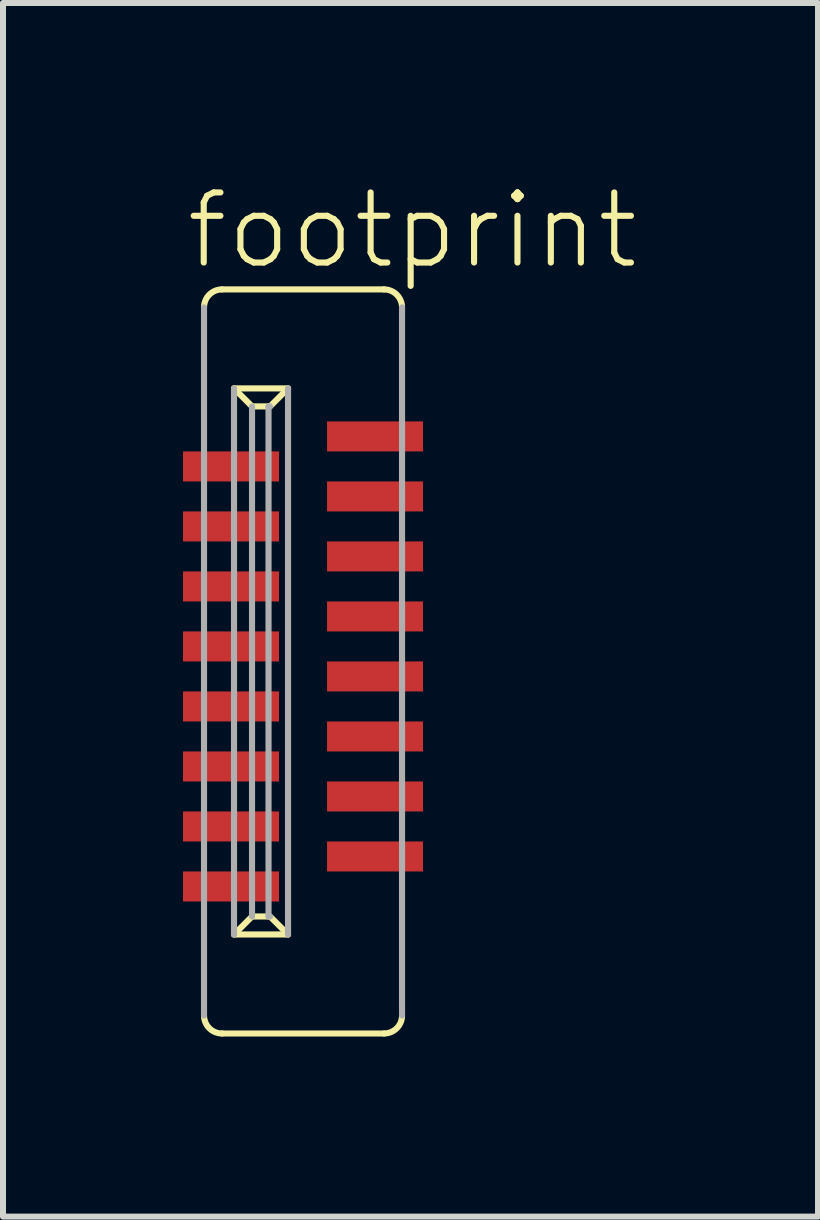
<source format=kicad_pcb>
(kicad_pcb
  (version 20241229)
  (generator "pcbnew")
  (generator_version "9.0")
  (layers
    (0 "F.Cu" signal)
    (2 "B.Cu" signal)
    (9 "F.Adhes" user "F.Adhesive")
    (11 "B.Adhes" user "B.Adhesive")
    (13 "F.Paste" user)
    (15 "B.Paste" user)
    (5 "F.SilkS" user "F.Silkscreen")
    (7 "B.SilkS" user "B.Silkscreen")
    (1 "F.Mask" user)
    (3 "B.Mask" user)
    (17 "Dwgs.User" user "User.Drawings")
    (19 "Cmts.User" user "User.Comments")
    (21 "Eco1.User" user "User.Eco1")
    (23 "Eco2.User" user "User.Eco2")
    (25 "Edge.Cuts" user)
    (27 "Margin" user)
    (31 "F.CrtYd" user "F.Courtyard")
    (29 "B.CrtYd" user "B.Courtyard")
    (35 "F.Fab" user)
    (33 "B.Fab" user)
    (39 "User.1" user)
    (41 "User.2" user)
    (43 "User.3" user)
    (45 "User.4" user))
  (footprint "footprint"
    (layer "F.Cu")
    (at 2 7.973)
    (property "Reference" "footprint" (at -2 -6.5 0) (layer "F.SilkS") (effects (font (size 1.168 1.168) (thickness 0.102)) (justify left bottom)))
    (fp_line (start -1.35 6.2) (end 1.35 6.2) (stroke (width 0.102) (type solid)) (layer "F.SilkS"))
    (fp_line (start -1.15 4.55) (end -0.85 4.25) (stroke (width 0.102) (type solid)) (layer "F.SilkS"))
    (fp_line (start -0.85 -4.25) (end -1.15 -4.55) (stroke (width 0.102) (type solid)) (layer "F.SilkS"))
    (fp_line (start -0.575 -4.25) (end -0.85 -4.25) (stroke (width 0.102) (type solid)) (layer "F.SilkS"))
    (fp_line (start -0.575 4.25) (end -0.85 4.25) (stroke (width 0.102) (type solid)) (layer "F.SilkS"))
    (fp_line (start -0.25 -4.55) (end -1.15 -4.55) (stroke (width 0.102) (type solid)) (layer "F.SilkS"))
    (fp_line (start -0.25 -4.55) (end -0.55 -4.25) (stroke (width 0.102) (type solid)) (layer "F.SilkS"))
    (fp_line (start -0.25 4.55) (end -1.15 4.55) (stroke (width 0.102) (type solid)) (layer "F.SilkS"))
    (fp_line (start -0.25 4.55) (end -0.55 4.25) (stroke (width 0.102) (type solid)) (layer "F.SilkS"))
    (fp_line (start 1.35 -6.2) (end -1.35 -6.2) (stroke (width 0.102) (type solid)) (layer "F.SilkS"))
    (fp_arc (start -1.65 -5.9) (mid -1.562132 -6.112132) (end -1.35 -6.2) (stroke (width 0.1016) (type solid)) (layer "F.SilkS"))
    (fp_arc (start -1.35 6.2) (mid -1.562132 6.112132) (end -1.65 5.9) (stroke (width 0.1016) (type solid)) (layer "F.SilkS"))
    (fp_arc (start 1.35 -6.2) (mid 1.562132 -6.112132) (end 1.65 -5.9) (stroke (width 0.1016) (type solid)) (layer "F.SilkS"))
    (fp_arc (start 1.65 5.9) (mid 1.562132 6.112132) (end 1.35 6.2) (stroke (width 0.1016) (type solid)) (layer "F.SilkS"))
    (fp_line (start -1.65 -5.9) (end -1.65 5.9) (stroke (width 0.102) (type solid)) (layer "F.Fab"))
    (fp_line (start -1.15 -4.55) (end -1.15 4.55) (stroke (width 0.102) (type solid)) (layer "F.Fab"))
    (fp_line (start -0.85 -4.25) (end -0.85 4.25) (stroke (width 0.102) (type solid)) (layer "F.Fab"))
    (fp_line (start -0.575 -4.25) (end -0.575 4.25) (stroke (width 0.102) (type solid)) (layer "F.Fab"))
    (fp_line (start -0.55 -4.25) (end -0.575 -4.25) (stroke (width 0.102) (type solid)) (layer "F.Fab"))
    (fp_line (start -0.55 4.25) (end -0.575 4.25) (stroke (width 0.102) (type solid)) (layer "F.Fab"))
    (fp_line (start -0.25 -4.55) (end -0.25 4.55) (stroke (width 0.102) (type solid)) (layer "F.Fab"))
    (fp_line (start 1.65 5.9) (end 1.65 -5.9) (stroke (width 0.102) (type solid)) (layer "F.Fab"))
    (pad "1" smd rect (at 1.2 -3.75 270) (size 0.5 1.6) (layers "F.Cu" "F.Mask" "F.Paste"))
    (pad "2" smd rect (at -1.2 -3.25 90) (size 0.5 1.6) (layers "F.Cu" "F.Mask" "F.Paste"))
    (pad "3" smd rect (at 1.2 -2.75 270) (size 0.5 1.6) (layers "F.Cu" "F.Mask" "F.Paste"))
    (pad "4" smd rect (at -1.2 -2.25 90) (size 0.5 1.6) (layers "F.Cu" "F.Mask" "F.Paste"))
    (pad "5" smd rect (at 1.2 -1.75 270) (size 0.5 1.6) (layers "F.Cu" "F.Mask" "F.Paste"))
    (pad "6" smd rect (at -1.2 -1.25 90) (size 0.5 1.6) (layers "F.Cu" "F.Mask" "F.Paste"))
    (pad "7" smd rect (at 1.2 -0.75 270) (size 0.5 1.6) (layers "F.Cu" "F.Mask" "F.Paste"))
    (pad "8" smd rect (at -1.2 -0.25 90) (size 0.5 1.6) (layers "F.Cu" "F.Mask" "F.Paste"))
    (pad "9" smd rect (at 1.2 0.25 270) (size 0.5 1.6) (layers "F.Cu" "F.Mask" "F.Paste"))
    (pad "10" smd rect (at -1.2 0.75 90) (size 0.5 1.6) (layers "F.Cu" "F.Mask" "F.Paste"))
    (pad "11" smd rect (at 1.2 1.25 270) (size 0.5 1.6) (layers "F.Cu" "F.Mask" "F.Paste"))
    (pad "12" smd rect (at -1.2 1.75 90) (size 0.5 1.6) (layers "F.Cu" "F.Mask" "F.Paste"))
    (pad "13" smd rect (at 1.2 2.25 270) (size 0.5 1.6) (layers "F.Cu" "F.Mask" "F.Paste"))
    (pad "14" smd rect (at -1.2 2.75 90) (size 0.5 1.6) (layers "F.Cu" "F.Mask" "F.Paste"))
    (pad "15" smd rect (at 1.2 3.25 270) (size 0.5 1.6) (layers "F.Cu" "F.Mask" "F.Paste"))
    (pad "16" smd rect (at -1.2 3.75 90) (size 0.5 1.6) (layers "F.Cu" "F.Mask" "F.Paste")))
  (gr_rect
    (start -3 -3)
    (end 10.582 17.224)
    (stroke (width 0.1) (type default))
    (fill no)
    (layer "Edge.Cuts")))
</source>
